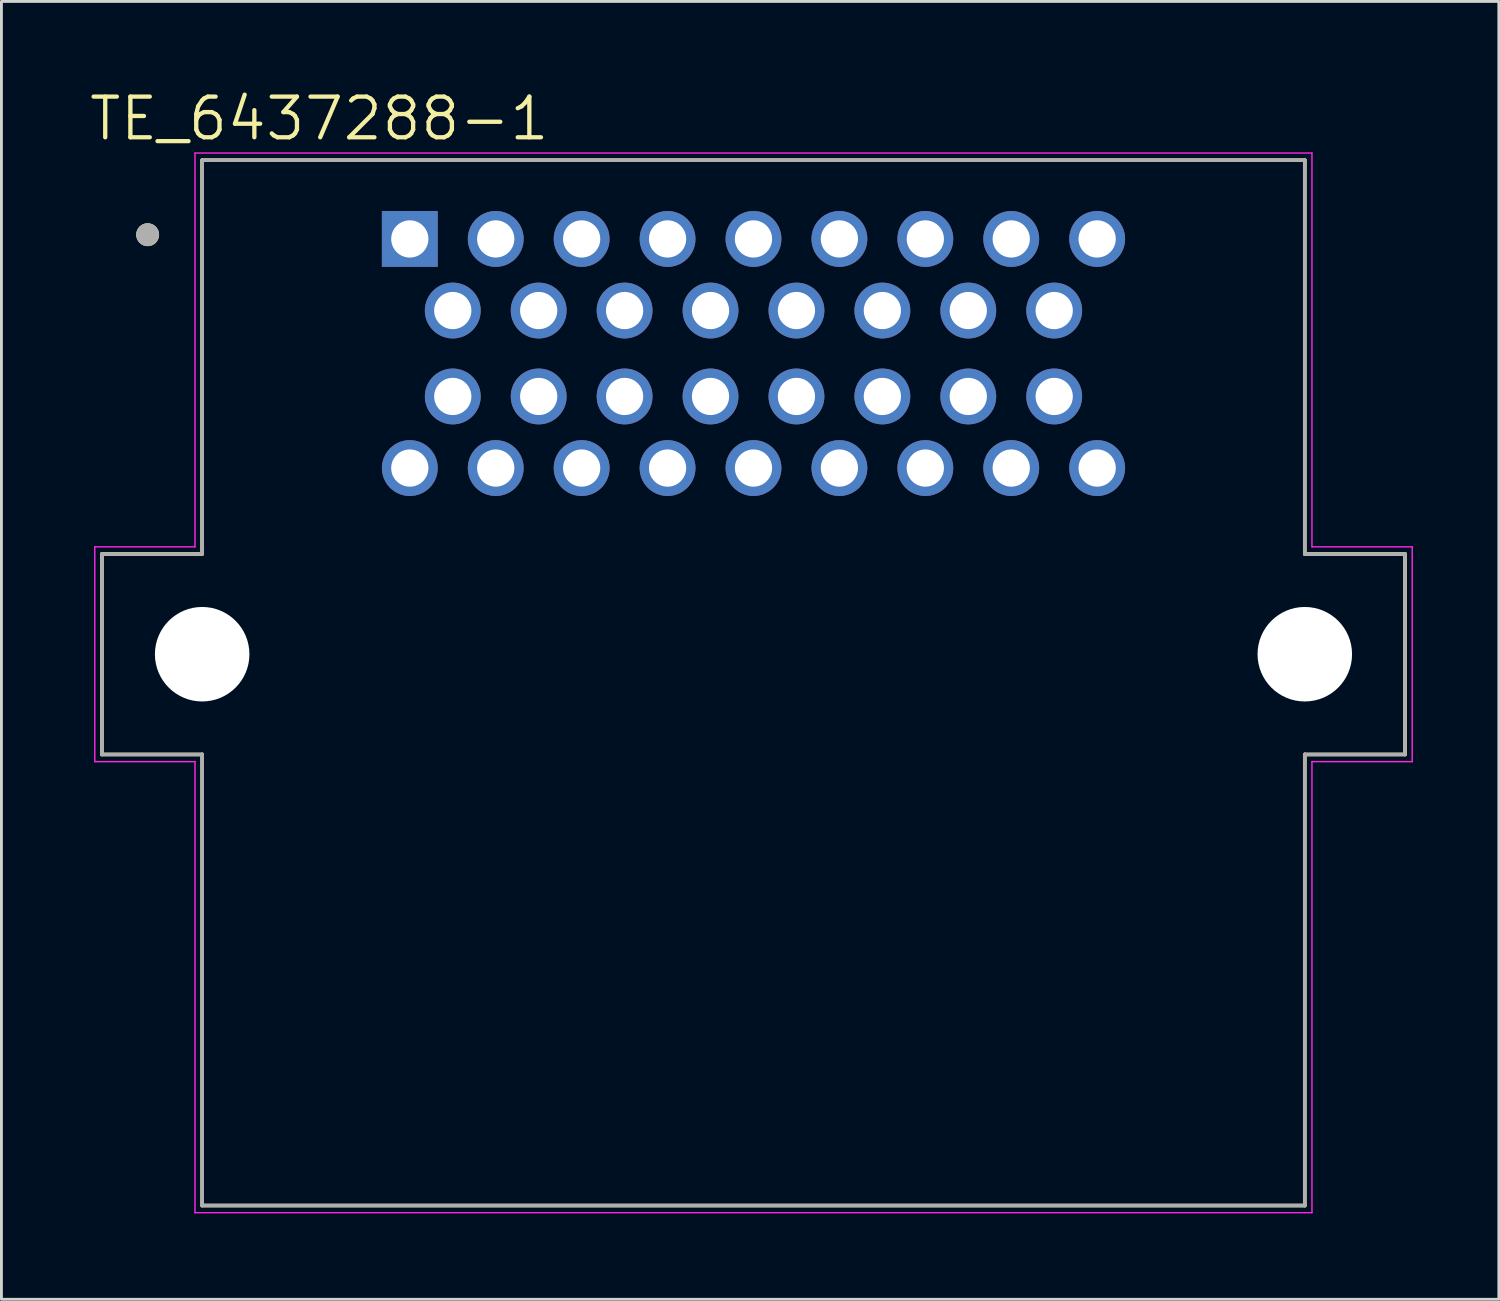
<source format=kicad_pcb>
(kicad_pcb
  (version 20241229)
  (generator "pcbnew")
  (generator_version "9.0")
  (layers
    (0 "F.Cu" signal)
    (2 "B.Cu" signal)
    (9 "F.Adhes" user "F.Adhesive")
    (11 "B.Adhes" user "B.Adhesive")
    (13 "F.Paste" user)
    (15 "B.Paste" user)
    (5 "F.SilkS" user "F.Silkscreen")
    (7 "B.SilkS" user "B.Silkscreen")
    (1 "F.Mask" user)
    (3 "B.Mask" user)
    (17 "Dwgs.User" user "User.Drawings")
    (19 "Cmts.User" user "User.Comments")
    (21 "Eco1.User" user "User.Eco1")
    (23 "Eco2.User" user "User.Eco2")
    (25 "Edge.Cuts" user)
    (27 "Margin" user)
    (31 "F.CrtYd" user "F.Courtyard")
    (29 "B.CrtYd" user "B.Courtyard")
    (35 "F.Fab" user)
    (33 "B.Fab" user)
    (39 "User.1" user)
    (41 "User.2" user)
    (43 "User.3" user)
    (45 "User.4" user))
  (footprint "TE_6437288-1"
    (layer "F.Cu")
    (at 23.259 9.293)
    (property "Reference" "TE_6437288-1" (at -15.163 -8.199 0) (layer "F.SilkS") (effects (font (size 1.42 1.42) (thickness 0.15))))
    (attr through_hole)
    (fp_line (start -22.75 7) (end -22.75 14) (stroke (width 0.127) (type solid)) (layer "F.SilkS"))
    (fp_line (start -22.75 14) (end -19.25 14) (stroke (width 0.127) (type solid)) (layer "F.SilkS"))
    (fp_line (start -19.253 -6.748) (end -19.253 7) (stroke (width 0.127) (type solid)) (layer "F.SilkS"))
    (fp_line (start -19.253 7) (end -22.75 7) (stroke (width 0.127) (type solid)) (layer "F.SilkS"))
    (fp_line (start -19.25 14) (end -19.25 29.75) (stroke (width 0.127) (type solid)) (layer "F.SilkS"))
    (fp_line (start -19.25 29.75) (end 19.25 29.75) (stroke (width 0.127) (type solid)) (layer "F.SilkS"))
    (fp_line (start 19.25 -6.75) (end -19.25 -6.75) (stroke (width 0.127) (type solid)) (layer "F.SilkS"))
    (fp_line (start 19.25 7) (end 19.25 -6.75) (stroke (width 0.127) (type solid)) (layer "F.SilkS"))
    (fp_line (start 19.25 14) (end 22.75 14) (stroke (width 0.127) (type solid)) (layer "F.SilkS"))
    (fp_line (start 19.25 29.75) (end 19.25 14) (stroke (width 0.127) (type solid)) (layer "F.SilkS"))
    (fp_line (start 22.75 7) (end 19.25 7) (stroke (width 0.127) (type solid)) (layer "F.SilkS"))
    (fp_line (start 22.75 14) (end 22.75 7) (stroke (width 0.127) (type solid)) (layer "F.SilkS"))
    (fp_circle (center -21.154 -4.148) (end -20.954 -4.148) (stroke (width 0.4) (type solid)) (fill no) (layer "F.SilkS"))
    (fp_line (start -23 6.75) (end -23 14.25) (stroke (width 0.05) (type solid)) (layer "F.CrtYd"))
    (fp_line (start -23 14.25) (end -19.5 14.25) (stroke (width 0.05) (type solid)) (layer "F.CrtYd"))
    (fp_line (start -19.5 -7) (end -19.5 6.75) (stroke (width 0.05) (type solid)) (layer "F.CrtYd"))
    (fp_line (start -19.5 6.75) (end -23 6.75) (stroke (width 0.05) (type solid)) (layer "F.CrtYd"))
    (fp_line (start -19.5 14.25) (end -19.5 30) (stroke (width 0.05) (type solid)) (layer "F.CrtYd"))
    (fp_line (start -19.5 30) (end 19.5 30) (stroke (width 0.05) (type solid)) (layer "F.CrtYd"))
    (fp_line (start 19.5 -7) (end -19.5 -7) (stroke (width 0.05) (type solid)) (layer "F.CrtYd"))
    (fp_line (start 19.5 6.75) (end 19.5 -7) (stroke (width 0.05) (type solid)) (layer "F.CrtYd"))
    (fp_line (start 19.5 14.25) (end 23 14.25) (stroke (width 0.05) (type solid)) (layer "F.CrtYd"))
    (fp_line (start 19.5 30) (end 19.5 14.25) (stroke (width 0.05) (type solid)) (layer "F.CrtYd"))
    (fp_line (start 23 6.75) (end 19.5 6.75) (stroke (width 0.05) (type solid)) (layer "F.CrtYd"))
    (fp_line (start 23 14.25) (end 23 6.75) (stroke (width 0.05) (type solid)) (layer "F.CrtYd"))
    (fp_line (start -22.75 7) (end -22.75 14) (stroke (width 0.127) (type solid)) (layer "F.Fab"))
    (fp_line (start -22.75 14) (end -19.25 14) (stroke (width 0.127) (type solid)) (layer "F.Fab"))
    (fp_line (start -19.25 -6.75) (end -19.25 7) (stroke (width 0.127) (type solid)) (layer "F.Fab"))
    (fp_line (start -19.25 7) (end -22.75 7) (stroke (width 0.127) (type solid)) (layer "F.Fab"))
    (fp_line (start -19.25 14) (end -19.25 29.75) (stroke (width 0.127) (type solid)) (layer "F.Fab"))
    (fp_line (start -19.25 29.75) (end 19.25 29.75) (stroke (width 0.127) (type solid)) (layer "F.Fab"))
    (fp_line (start 19.25 -6.75) (end -19.25 -6.75) (stroke (width 0.127) (type solid)) (layer "F.Fab"))
    (fp_line (start 19.25 7) (end 19.25 -6.75) (stroke (width 0.127) (type solid)) (layer "F.Fab"))
    (fp_line (start 19.25 7) (end 22.75 7) (stroke (width 0.127) (type solid)) (layer "F.Fab"))
    (fp_line (start 19.25 29.75) (end 19.25 14) (stroke (width 0.127) (type solid)) (layer "F.Fab"))
    (fp_line (start 22.75 7) (end 22.75 14) (stroke (width 0.127) (type solid)) (layer "F.Fab"))
    (fp_line (start 22.75 14) (end 19.25 14) (stroke (width 0.127) (type solid)) (layer "F.Fab"))
    (fp_circle (center -21.154 -4.148) (end -20.954 -4.148) (stroke (width 0.4) (type solid)) (fill no) (layer "F.Fab"))
    (pad "" np_thru_hole circle (at -19.25 10.5) (size 3.3 3.3) (drill 3.3) (layers "*.Cu" "*.Mask"))
    (pad "" np_thru_hole circle (at 19.25 10.5) (size 3.3 3.3) (drill 3.3) (layers "*.Cu" "*.Mask"))
    (pad "1" thru_hole rect (at -12 -4) (size 1.95 1.95) (drill 1.3) (layers "*.Cu" "*.Mask"))
    (pad "2" thru_hole circle (at -9 -4) (size 1.95 1.95) (drill 1.3) (layers "*.Cu" "*.Mask"))
    (pad "3" thru_hole circle (at -6 -4) (size 1.95 1.95) (drill 1.3) (layers "*.Cu" "*.Mask"))
    (pad "4" thru_hole circle (at -3 -4) (size 1.95 1.95) (drill 1.3) (layers "*.Cu" "*.Mask"))
    (pad "5" thru_hole circle (at 0 -4) (size 1.95 1.95) (drill 1.3) (layers "*.Cu" "*.Mask"))
    (pad "6" thru_hole circle (at 3 -4) (size 1.95 1.95) (drill 1.3) (layers "*.Cu" "*.Mask"))
    (pad "7" thru_hole circle (at 6 -4) (size 1.95 1.95) (drill 1.3) (layers "*.Cu" "*.Mask"))
    (pad "8" thru_hole circle (at 9 -4) (size 1.95 1.95) (drill 1.3) (layers "*.Cu" "*.Mask"))
    (pad "9" thru_hole circle (at 12 -4) (size 1.95 1.95) (drill 1.3) (layers "*.Cu" "*.Mask"))
    (pad "10" thru_hole circle (at -10.5 -1.5) (size 1.95 1.95) (drill 1.3) (layers "*.Cu" "*.Mask"))
    (pad "11" thru_hole circle (at -7.5 -1.5) (size 1.95 1.95) (drill 1.3) (layers "*.Cu" "*.Mask"))
    (pad "12" thru_hole circle (at -4.5 -1.5) (size 1.95 1.95) (drill 1.3) (layers "*.Cu" "*.Mask"))
    (pad "13" thru_hole circle (at -1.5 -1.5) (size 1.95 1.95) (drill 1.3) (layers "*.Cu" "*.Mask"))
    (pad "14" thru_hole circle (at 1.5 -1.5) (size 1.95 1.95) (drill 1.3) (layers "*.Cu" "*.Mask"))
    (pad "15" thru_hole circle (at 4.5 -1.5) (size 1.95 1.95) (drill 1.3) (layers "*.Cu" "*.Mask"))
    (pad "16" thru_hole circle (at 7.5 -1.5) (size 1.95 1.95) (drill 1.3) (layers "*.Cu" "*.Mask"))
    (pad "17" thru_hole circle (at 10.5 -1.5) (size 1.95 1.95) (drill 1.3) (layers "*.Cu" "*.Mask"))
    (pad "18" thru_hole circle (at -10.5 1.5) (size 1.95 1.95) (drill 1.3) (layers "*.Cu" "*.Mask"))
    (pad "19" thru_hole circle (at -7.5 1.5) (size 1.95 1.95) (drill 1.3) (layers "*.Cu" "*.Mask"))
    (pad "20" thru_hole circle (at -4.5 1.5) (size 1.95 1.95) (drill 1.3) (layers "*.Cu" "*.Mask"))
    (pad "21" thru_hole circle (at -1.5 1.5) (size 1.95 1.95) (drill 1.3) (layers "*.Cu" "*.Mask"))
    (pad "22" thru_hole circle (at 1.5 1.5) (size 1.95 1.95) (drill 1.3) (layers "*.Cu" "*.Mask"))
    (pad "23" thru_hole circle (at 4.5 1.5) (size 1.95 1.95) (drill 1.3) (layers "*.Cu" "*.Mask"))
    (pad "24" thru_hole circle (at 7.5 1.5) (size 1.95 1.95) (drill 1.3) (layers "*.Cu" "*.Mask"))
    (pad "25" thru_hole circle (at 10.5 1.5) (size 1.95 1.95) (drill 1.3) (layers "*.Cu" "*.Mask"))
    (pad "26" thru_hole circle (at -12 4) (size 1.95 1.95) (drill 1.3) (layers "*.Cu" "*.Mask"))
    (pad "27" thru_hole circle (at -9 4) (size 1.95 1.95) (drill 1.3) (layers "*.Cu" "*.Mask"))
    (pad "28" thru_hole circle (at -6 4) (size 1.95 1.95) (drill 1.3) (layers "*.Cu" "*.Mask"))
    (pad "29" thru_hole circle (at -3 4) (size 1.95 1.95) (drill 1.3) (layers "*.Cu" "*.Mask"))
    (pad "30" thru_hole circle (at 0 4) (size 1.95 1.95) (drill 1.3) (layers "*.Cu" "*.Mask"))
    (pad "31" thru_hole circle (at 3 4) (size 1.95 1.95) (drill 1.3) (layers "*.Cu" "*.Mask"))
    (pad "32" thru_hole circle (at 6 4) (size 1.95 1.95) (drill 1.3) (layers "*.Cu" "*.Mask"))
    (pad "33" thru_hole circle (at 9 4) (size 1.95 1.95) (drill 1.3) (layers "*.Cu" "*.Mask"))
    (pad "34" thru_hole circle (at 12 4) (size 1.95 1.95) (drill 1.3) (layers "*.Cu" "*.Mask")))
  (gr_rect
    (start -3 -3)
    (end 49.284 42.318)
    (stroke (width 0.1) (type default))
    (fill no)
    (layer "Edge.Cuts")))
</source>
